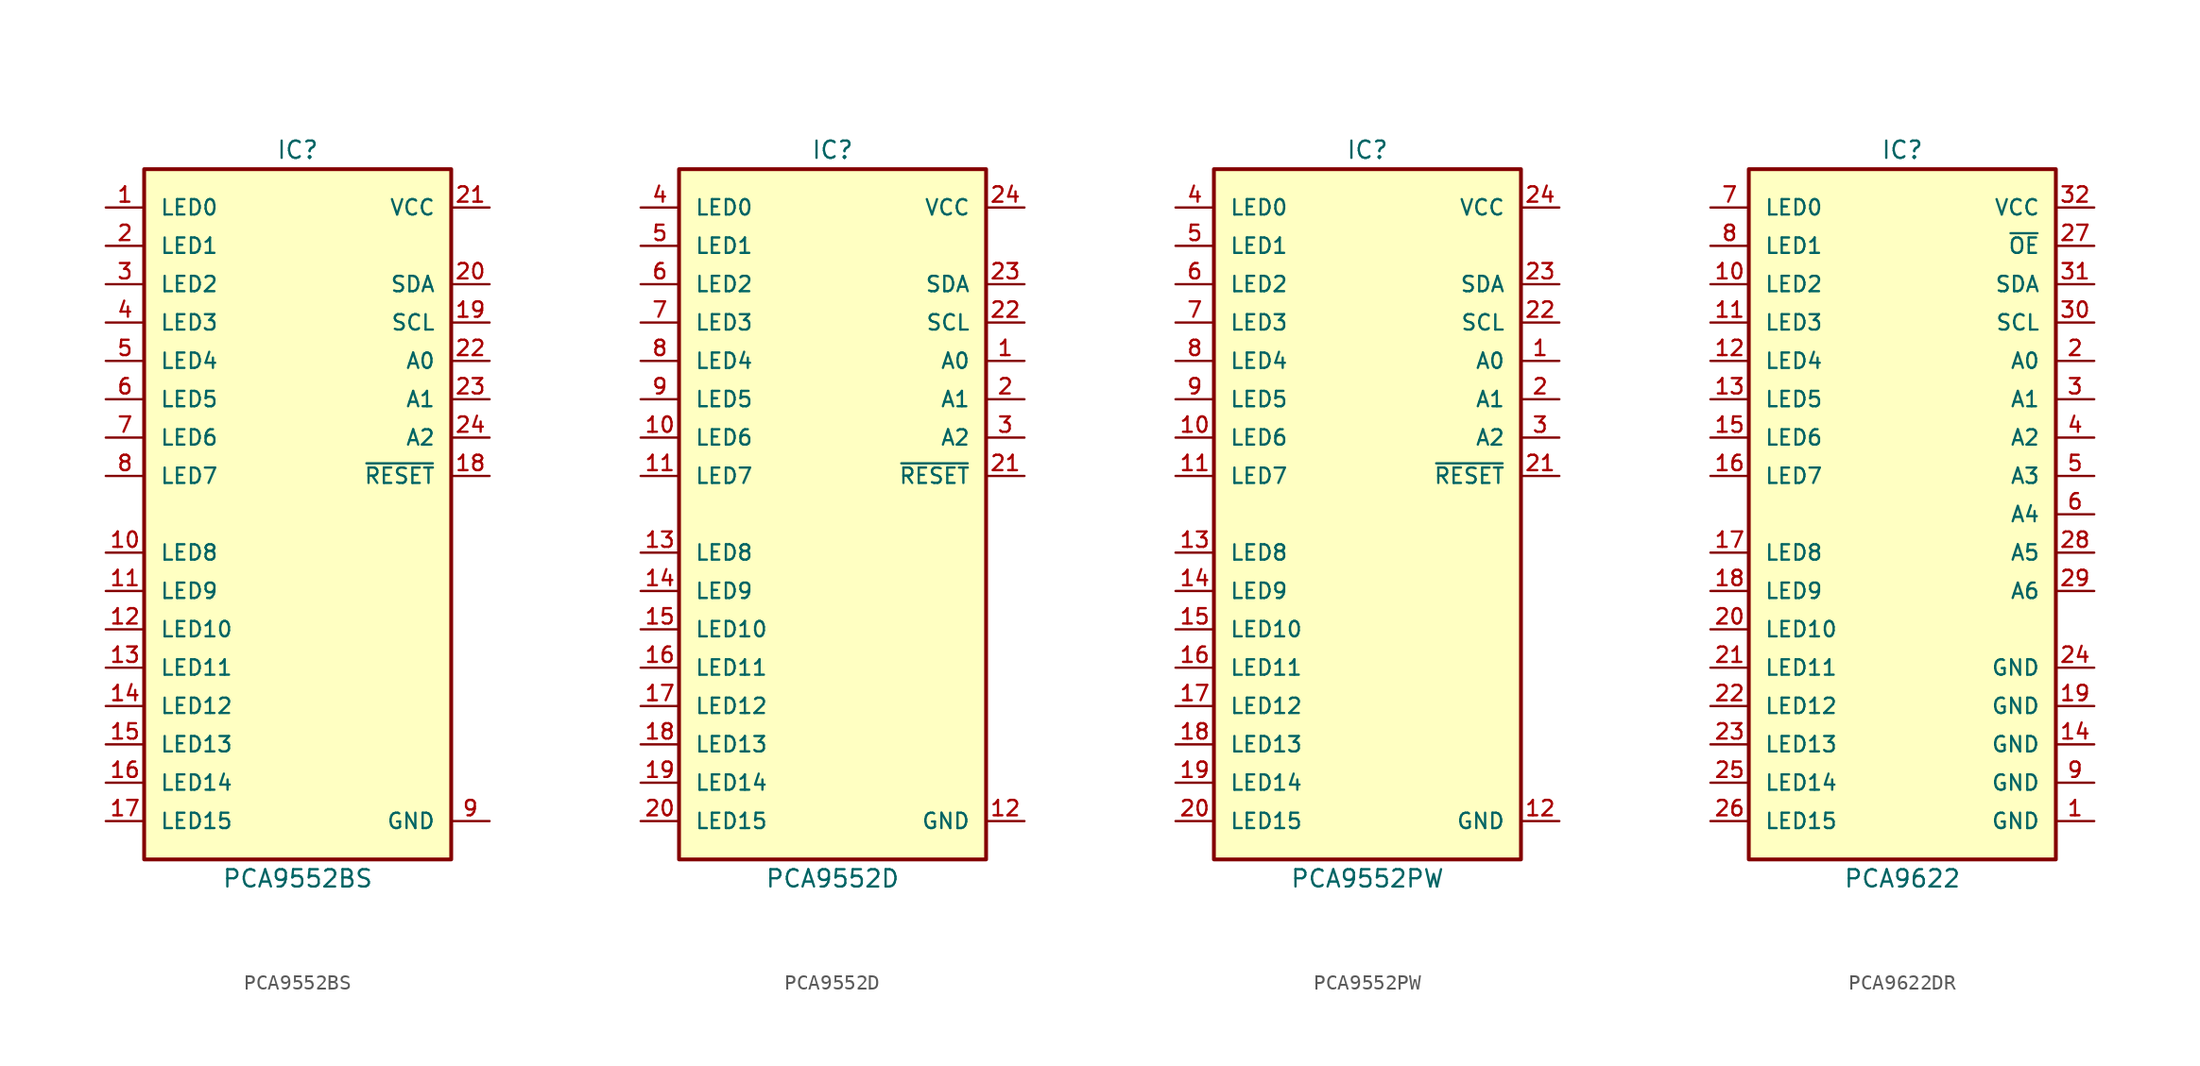
<source format=kicad_sym>
(kicad_symbol_lib
  (version 20241209)
  (generator "kicad_symbol_editor")
  (generator_version "9.0")
  (symbol "PCA9552BS"
    (pin_names
      (offset 1.016))
    (property "Reference" "IC"
      (at 0 24.13 0)
      (effects (font (size 1.143 1.143))))
    (property "Value" "PCA9552BS"
      (at 0 -24.13 0)
      (effects (font (size 1.143 1.143))))
    (symbol "PCA9552BS_0_1"
      (rectangle (start -10.16 22.86) (end 10.16 -22.86) (stroke (width 0.254) (type default)) (fill (type background))))
    (symbol "PCA9552BS_1_1"
      (pin output line (at -12.7 20.32 0) (length 2.54) (name "LED0" (effects (font (size 1.016 1.016)))) (number "1" (effects (font (size 1.016 1.016)))))
      (pin output line (at -12.7 17.78 0) (length 2.54) (name "LED1" (effects (font (size 1.016 1.016)))) (number "2" (effects (font (size 1.016 1.016)))))
      (pin output line (at -12.7 15.24 0) (length 2.54) (name "LED2" (effects (font (size 1.016 1.016)))) (number "3" (effects (font (size 1.016 1.016)))))
      (pin output line (at -12.7 12.7 0) (length 2.54) (name "LED3" (effects (font (size 1.016 1.016)))) (number "4" (effects (font (size 1.016 1.016)))))
      (pin output line (at -12.7 10.16 0) (length 2.54) (name "LED4" (effects (font (size 1.016 1.016)))) (number "5" (effects (font (size 1.016 1.016)))))
      (pin output line (at -12.7 7.62 0) (length 2.54) (name "LED5" (effects (font (size 1.016 1.016)))) (number "6" (effects (font (size 1.016 1.016)))))
      (pin output line (at -12.7 5.08 0) (length 2.54) (name "LED6" (effects (font (size 1.016 1.016)))) (number "7" (effects (font (size 1.016 1.016)))))
      (pin output line (at -12.7 2.54 0) (length 2.54) (name "LED7" (effects (font (size 1.016 1.016)))) (number "8" (effects (font (size 1.016 1.016)))))
      (pin output line (at -12.7 -2.54 0) (length 2.54) (name "LED8" (effects (font (size 1.016 1.016)))) (number "10" (effects (font (size 1.016 1.016)))))
      (pin output line (at -12.7 -5.08 0) (length 2.54) (name "LED9" (effects (font (size 1.016 1.016)))) (number "11" (effects (font (size 1.016 1.016)))))
      (pin output line (at -12.7 -7.62 0) (length 2.54) (name "LED10" (effects (font (size 1.016 1.016)))) (number "12" (effects (font (size 1.016 1.016)))))
      (pin output line (at -12.7 -10.16 0) (length 2.54) (name "LED11" (effects (font (size 1.016 1.016)))) (number "13" (effects (font (size 1.016 1.016)))))
      (pin output line (at -12.7 -12.7 0) (length 2.54) (name "LED12" (effects (font (size 1.016 1.016)))) (number "14" (effects (font (size 1.016 1.016)))))
      (pin output line (at -12.7 -15.24 0) (length 2.54) (name "LED13" (effects (font (size 1.016 1.016)))) (number "15" (effects (font (size 1.016 1.016)))))
      (pin output line (at -12.7 -17.78 0) (length 2.54) (name "LED14" (effects (font (size 1.016 1.016)))) (number "16" (effects (font (size 1.016 1.016)))))
      (pin output line (at -12.7 -20.32 0) (length 2.54) (name "LED15" (effects (font (size 1.016 1.016)))) (number "17" (effects (font (size 1.016 1.016)))))
      (pin power_in line (at 12.7 20.32 180) (length 2.54) (name "VCC" (effects (font (size 1.016 1.016)))) (number "21" (effects (font (size 1.016 1.016)))))
      (pin bidirectional line (at 12.7 15.24 180) (length 2.54) (name "SDA" (effects (font (size 1.016 1.016)))) (number "20" (effects (font (size 1.016 1.016)))))
      (pin input line (at 12.7 12.7 180) (length 2.54) (name "SCL" (effects (font (size 1.016 1.016)))) (number "19" (effects (font (size 1.016 1.016)))))
      (pin input line (at 12.7 10.16 180) (length 2.54) (name "A0" (effects (font (size 1.016 1.016)))) (number "22" (effects (font (size 1.016 1.016)))))
      (pin input line (at 12.7 7.62 180) (length 2.54) (name "A1" (effects (font (size 1.016 1.016)))) (number "23" (effects (font (size 1.016 1.016)))))
      (pin input line (at 12.7 5.08 180) (length 2.54) (name "A2" (effects (font (size 1.016 1.016)))) (number "24" (effects (font (size 1.016 1.016)))))
      (pin input line (at 12.7 2.54 180) (length 2.54) (name "~{RESET}" (effects (font (size 1.016 1.016)))) (number "18" (effects (font (size 1.016 1.016)))))
      (pin power_in line (at 12.7 -20.32 180) (length 2.54) (name "GND" (effects (font (size 1.016 1.016)))) (number "9" (effects (font (size 1.016 1.016)))))))
  (symbol "PCA9552D"
    (pin_names
      (offset 1.016))
    (property "Reference" "IC"
      (at 0 24.13 0)
      (effects (font (size 1.143 1.143))))
    (property "Value" "PCA9552D"
      (at 0 -24.13 0)
      (effects (font (size 1.143 1.143))))
    (symbol "PCA9552D_0_1"
      (rectangle (start -10.16 22.86) (end 10.16 -22.86) (stroke (width 0.254) (type default)) (fill (type background))))
    (symbol "PCA9552D_1_1"
      (pin output line (at -12.7 20.32 0) (length 2.54) (name "LED0" (effects (font (size 1.016 1.016)))) (number "4" (effects (font (size 1.016 1.016)))))
      (pin output line (at -12.7 17.78 0) (length 2.54) (name "LED1" (effects (font (size 1.016 1.016)))) (number "5" (effects (font (size 1.016 1.016)))))
      (pin output line (at -12.7 15.24 0) (length 2.54) (name "LED2" (effects (font (size 1.016 1.016)))) (number "6" (effects (font (size 1.016 1.016)))))
      (pin output line (at -12.7 12.7 0) (length 2.54) (name "LED3" (effects (font (size 1.016 1.016)))) (number "7" (effects (font (size 1.016 1.016)))))
      (pin output line (at -12.7 10.16 0) (length 2.54) (name "LED4" (effects (font (size 1.016 1.016)))) (number "8" (effects (font (size 1.016 1.016)))))
      (pin output line (at -12.7 7.62 0) (length 2.54) (name "LED5" (effects (font (size 1.016 1.016)))) (number "9" (effects (font (size 1.016 1.016)))))
      (pin output line (at -12.7 5.08 0) (length 2.54) (name "LED6" (effects (font (size 1.016 1.016)))) (number "10" (effects (font (size 1.016 1.016)))))
      (pin output line (at -12.7 2.54 0) (length 2.54) (name "LED7" (effects (font (size 1.016 1.016)))) (number "11" (effects (font (size 1.016 1.016)))))
      (pin output line (at -12.7 -2.54 0) (length 2.54) (name "LED8" (effects (font (size 1.016 1.016)))) (number "13" (effects (font (size 1.016 1.016)))))
      (pin output line (at -12.7 -5.08 0) (length 2.54) (name "LED9" (effects (font (size 1.016 1.016)))) (number "14" (effects (font (size 1.016 1.016)))))
      (pin output line (at -12.7 -7.62 0) (length 2.54) (name "LED10" (effects (font (size 1.016 1.016)))) (number "15" (effects (font (size 1.016 1.016)))))
      (pin output line (at -12.7 -10.16 0) (length 2.54) (name "LED11" (effects (font (size 1.016 1.016)))) (number "16" (effects (font (size 1.016 1.016)))))
      (pin output line (at -12.7 -12.7 0) (length 2.54) (name "LED12" (effects (font (size 1.016 1.016)))) (number "17" (effects (font (size 1.016 1.016)))))
      (pin output line (at -12.7 -15.24 0) (length 2.54) (name "LED13" (effects (font (size 1.016 1.016)))) (number "18" (effects (font (size 1.016 1.016)))))
      (pin output line (at -12.7 -17.78 0) (length 2.54) (name "LED14" (effects (font (size 1.016 1.016)))) (number "19" (effects (font (size 1.016 1.016)))))
      (pin output line (at -12.7 -20.32 0) (length 2.54) (name "LED15" (effects (font (size 1.016 1.016)))) (number "20" (effects (font (size 1.016 1.016)))))
      (pin power_in line (at 12.7 20.32 180) (length 2.54) (name "VCC" (effects (font (size 1.016 1.016)))) (number "24" (effects (font (size 1.016 1.016)))))
      (pin bidirectional line (at 12.7 15.24 180) (length 2.54) (name "SDA" (effects (font (size 1.016 1.016)))) (number "23" (effects (font (size 1.016 1.016)))))
      (pin input line (at 12.7 12.7 180) (length 2.54) (name "SCL" (effects (font (size 1.016 1.016)))) (number "22" (effects (font (size 1.016 1.016)))))
      (pin input line (at 12.7 10.16 180) (length 2.54) (name "A0" (effects (font (size 1.016 1.016)))) (number "1" (effects (font (size 1.016 1.016)))))
      (pin input line (at 12.7 7.62 180) (length 2.54) (name "A1" (effects (font (size 1.016 1.016)))) (number "2" (effects (font (size 1.016 1.016)))))
      (pin input line (at 12.7 5.08 180) (length 2.54) (name "A2" (effects (font (size 1.016 1.016)))) (number "3" (effects (font (size 1.016 1.016)))))
      (pin input line (at 12.7 2.54 180) (length 2.54) (name "~{RESET}" (effects (font (size 1.016 1.016)))) (number "21" (effects (font (size 1.016 1.016)))))
      (pin power_in line (at 12.7 -20.32 180) (length 2.54) (name "GND" (effects (font (size 1.016 1.016)))) (number "12" (effects (font (size 1.016 1.016)))))))
  (symbol "PCA9552PW"
    (pin_names
      (offset 1.016))
    (property "Reference" "IC"
      (at 0 24.13 0)
      (effects (font (size 1.143 1.143))))
    (property "Value" "PCA9552PW"
      (at 0 -24.13 0)
      (effects (font (size 1.143 1.143))))
    (symbol "PCA9552PW_0_1"
      (rectangle (start -10.16 22.86) (end 10.16 -22.86) (stroke (width 0.254) (type default)) (fill (type background))))
    (symbol "PCA9552PW_1_1"
      (pin output line (at -12.7 20.32 0) (length 2.54) (name "LED0" (effects (font (size 1.016 1.016)))) (number "4" (effects (font (size 1.016 1.016)))))
      (pin output line (at -12.7 17.78 0) (length 2.54) (name "LED1" (effects (font (size 1.016 1.016)))) (number "5" (effects (font (size 1.016 1.016)))))
      (pin output line (at -12.7 15.24 0) (length 2.54) (name "LED2" (effects (font (size 1.016 1.016)))) (number "6" (effects (font (size 1.016 1.016)))))
      (pin output line (at -12.7 12.7 0) (length 2.54) (name "LED3" (effects (font (size 1.016 1.016)))) (number "7" (effects (font (size 1.016 1.016)))))
      (pin output line (at -12.7 10.16 0) (length 2.54) (name "LED4" (effects (font (size 1.016 1.016)))) (number "8" (effects (font (size 1.016 1.016)))))
      (pin output line (at -12.7 7.62 0) (length 2.54) (name "LED5" (effects (font (size 1.016 1.016)))) (number "9" (effects (font (size 1.016 1.016)))))
      (pin output line (at -12.7 5.08 0) (length 2.54) (name "LED6" (effects (font (size 1.016 1.016)))) (number "10" (effects (font (size 1.016 1.016)))))
      (pin output line (at -12.7 2.54 0) (length 2.54) (name "LED7" (effects (font (size 1.016 1.016)))) (number "11" (effects (font (size 1.016 1.016)))))
      (pin output line (at -12.7 -2.54 0) (length 2.54) (name "LED8" (effects (font (size 1.016 1.016)))) (number "13" (effects (font (size 1.016 1.016)))))
      (pin output line (at -12.7 -5.08 0) (length 2.54) (name "LED9" (effects (font (size 1.016 1.016)))) (number "14" (effects (font (size 1.016 1.016)))))
      (pin output line (at -12.7 -7.62 0) (length 2.54) (name "LED10" (effects (font (size 1.016 1.016)))) (number "15" (effects (font (size 1.016 1.016)))))
      (pin output line (at -12.7 -10.16 0) (length 2.54) (name "LED11" (effects (font (size 1.016 1.016)))) (number "16" (effects (font (size 1.016 1.016)))))
      (pin output line (at -12.7 -12.7 0) (length 2.54) (name "LED12" (effects (font (size 1.016 1.016)))) (number "17" (effects (font (size 1.016 1.016)))))
      (pin output line (at -12.7 -15.24 0) (length 2.54) (name "LED13" (effects (font (size 1.016 1.016)))) (number "18" (effects (font (size 1.016 1.016)))))
      (pin output line (at -12.7 -17.78 0) (length 2.54) (name "LED14" (effects (font (size 1.016 1.016)))) (number "19" (effects (font (size 1.016 1.016)))))
      (pin output line (at -12.7 -20.32 0) (length 2.54) (name "LED15" (effects (font (size 1.016 1.016)))) (number "20" (effects (font (size 1.016 1.016)))))
      (pin power_in line (at 12.7 20.32 180) (length 2.54) (name "VCC" (effects (font (size 1.016 1.016)))) (number "24" (effects (font (size 1.016 1.016)))))
      (pin bidirectional line (at 12.7 15.24 180) (length 2.54) (name "SDA" (effects (font (size 1.016 1.016)))) (number "23" (effects (font (size 1.016 1.016)))))
      (pin input line (at 12.7 12.7 180) (length 2.54) (name "SCL" (effects (font (size 1.016 1.016)))) (number "22" (effects (font (size 1.016 1.016)))))
      (pin input line (at 12.7 10.16 180) (length 2.54) (name "A0" (effects (font (size 1.016 1.016)))) (number "1" (effects (font (size 1.016 1.016)))))
      (pin input line (at 12.7 7.62 180) (length 2.54) (name "A1" (effects (font (size 1.016 1.016)))) (number "2" (effects (font (size 1.016 1.016)))))
      (pin input line (at 12.7 5.08 180) (length 2.54) (name "A2" (effects (font (size 1.016 1.016)))) (number "3" (effects (font (size 1.016 1.016)))))
      (pin input line (at 12.7 2.54 180) (length 2.54) (name "~{RESET}" (effects (font (size 1.016 1.016)))) (number "21" (effects (font (size 1.016 1.016)))))
      (pin power_in line (at 12.7 -20.32 180) (length 2.54) (name "GND" (effects (font (size 1.016 1.016)))) (number "12" (effects (font (size 1.016 1.016)))))))
  (symbol "PCA9622DR"
    (pin_names
      (offset 1.016))
    (property "Reference" "IC"
      (at 0 24.13 0)
      (effects (font (size 1.143 1.143))))
    (property "Value" "PCA9622"
      (at 0 -24.13 0)
      (effects (font (size 1.143 1.143))))
    (symbol "PCA9622DR_0_1"
      (rectangle (start -10.16 22.86) (end 10.16 -22.86) (stroke (width 0.254) (type default)) (fill (type background))))
    (symbol "PCA9622DR_1_1"
      (pin output line (at -12.7 20.32 0) (length 2.54) (name "LED0" (effects (font (size 1.016 1.016)))) (number "7" (effects (font (size 1.016 1.016)))))
      (pin output line (at -12.7 17.78 0) (length 2.54) (name "LED1" (effects (font (size 1.016 1.016)))) (number "8" (effects (font (size 1.016 1.016)))))
      (pin output line (at -12.7 15.24 0) (length 2.54) (name "LED2" (effects (font (size 1.016 1.016)))) (number "10" (effects (font (size 1.016 1.016)))))
      (pin output line (at -12.7 12.7 0) (length 2.54) (name "LED3" (effects (font (size 1.016 1.016)))) (number "11" (effects (font (size 1.016 1.016)))))
      (pin output line (at -12.7 10.16 0) (length 2.54) (name "LED4" (effects (font (size 1.016 1.016)))) (number "12" (effects (font (size 1.016 1.016)))))
      (pin output line (at -12.7 7.62 0) (length 2.54) (name "LED5" (effects (font (size 1.016 1.016)))) (number "13" (effects (font (size 1.016 1.016)))))
      (pin output line (at -12.7 5.08 0) (length 2.54) (name "LED6" (effects (font (size 1.016 1.016)))) (number "15" (effects (font (size 1.016 1.016)))))
      (pin output line (at -12.7 2.54 0) (length 2.54) (name "LED7" (effects (font (size 1.016 1.016)))) (number "16" (effects (font (size 1.016 1.016)))))
      (pin output line (at -12.7 -2.54 0) (length 2.54) (name "LED8" (effects (font (size 1.016 1.016)))) (number "17" (effects (font (size 1.016 1.016)))))
      (pin output line (at -12.7 -5.08 0) (length 2.54) (name "LED9" (effects (font (size 1.016 1.016)))) (number "18" (effects (font (size 1.016 1.016)))))
      (pin output line (at -12.7 -7.62 0) (length 2.54) (name "LED10" (effects (font (size 1.016 1.016)))) (number "20" (effects (font (size 1.016 1.016)))))
      (pin output line (at -12.7 -10.16 0) (length 2.54) (name "LED11" (effects (font (size 1.016 1.016)))) (number "21" (effects (font (size 1.016 1.016)))))
      (pin output line (at -12.7 -12.7 0) (length 2.54) (name "LED12" (effects (font (size 1.016 1.016)))) (number "22" (effects (font (size 1.016 1.016)))))
      (pin output line (at -12.7 -15.24 0) (length 2.54) (name "LED13" (effects (font (size 1.016 1.016)))) (number "23" (effects (font (size 1.016 1.016)))))
      (pin output line (at -12.7 -17.78 0) (length 2.54) (name "LED14" (effects (font (size 1.016 1.016)))) (number "25" (effects (font (size 1.016 1.016)))))
      (pin output line (at -12.7 -20.32 0) (length 2.54) (name "LED15" (effects (font (size 1.016 1.016)))) (number "26" (effects (font (size 1.016 1.016)))))
      (pin power_in line (at 12.7 20.32 180) (length 2.54) (name "VCC" (effects (font (size 1.016 1.016)))) (number "32" (effects (font (size 1.016 1.016)))))
      (pin input line (at 12.7 17.78 180) (length 2.54) (name "~{OE}" (effects (font (size 1.016 1.016)))) (number "27" (effects (font (size 1.016 1.016)))))
      (pin bidirectional line (at 12.7 15.24 180) (length 2.54) (name "SDA" (effects (font (size 1.016 1.016)))) (number "31" (effects (font (size 1.016 1.016)))))
      (pin input line (at 12.7 12.7 180) (length 2.54) (name "SCL" (effects (font (size 1.016 1.016)))) (number "30" (effects (font (size 1.016 1.016)))))
      (pin input line (at 12.7 10.16 180) (length 2.54) (name "A0" (effects (font (size 1.016 1.016)))) (number "2" (effects (font (size 1.016 1.016)))))
      (pin input line (at 12.7 7.62 180) (length 2.54) (name "A1" (effects (font (size 1.016 1.016)))) (number "3" (effects (font (size 1.016 1.016)))))
      (pin input line (at 12.7 5.08 180) (length 2.54) (name "A2" (effects (font (size 1.016 1.016)))) (number "4" (effects (font (size 1.016 1.016)))))
      (pin input line (at 12.7 2.54 180) (length 2.54) (name "A3" (effects (font (size 1.016 1.016)))) (number "5" (effects (font (size 1.016 1.016)))))
      (pin input line (at 12.7 0 180) (length 2.54) (name "A4" (effects (font (size 1.016 1.016)))) (number "6" (effects (font (size 1.016 1.016)))))
      (pin input line (at 12.7 -2.54 180) (length 2.54) (name "A5" (effects (font (size 1.016 1.016)))) (number "28" (effects (font (size 1.016 1.016)))))
      (pin input line (at 12.7 -5.08 180) (length 2.54) (name "A6" (effects (font (size 1.016 1.016)))) (number "29" (effects (font (size 1.016 1.016)))))
      (pin power_in line (at 12.7 -10.16 180) (length 2.54) (name "GND" (effects (font (size 1.016 1.016)))) (number "24" (effects (font (size 1.016 1.016)))))
      (pin power_in line (at 12.7 -12.7 180) (length 2.54) (name "GND" (effects (font (size 1.016 1.016)))) (number "19" (effects (font (size 1.016 1.016)))))
      (pin power_in line (at 12.7 -15.24 180) (length 2.54) (name "GND" (effects (font (size 1.016 1.016)))) (number "14" (effects (font (size 1.016 1.016)))))
      (pin power_in line (at 12.7 -17.78 180) (length 2.54) (name "GND" (effects (font (size 1.016 1.016)))) (number "9" (effects (font (size 1.016 1.016)))))
      (pin power_in line (at 12.7 -20.32 180) (length 2.54) (name "GND" (effects (font (size 1.016 1.016)))) (number "1" (effects (font (size 1.016 1.016))))))))
</source>
